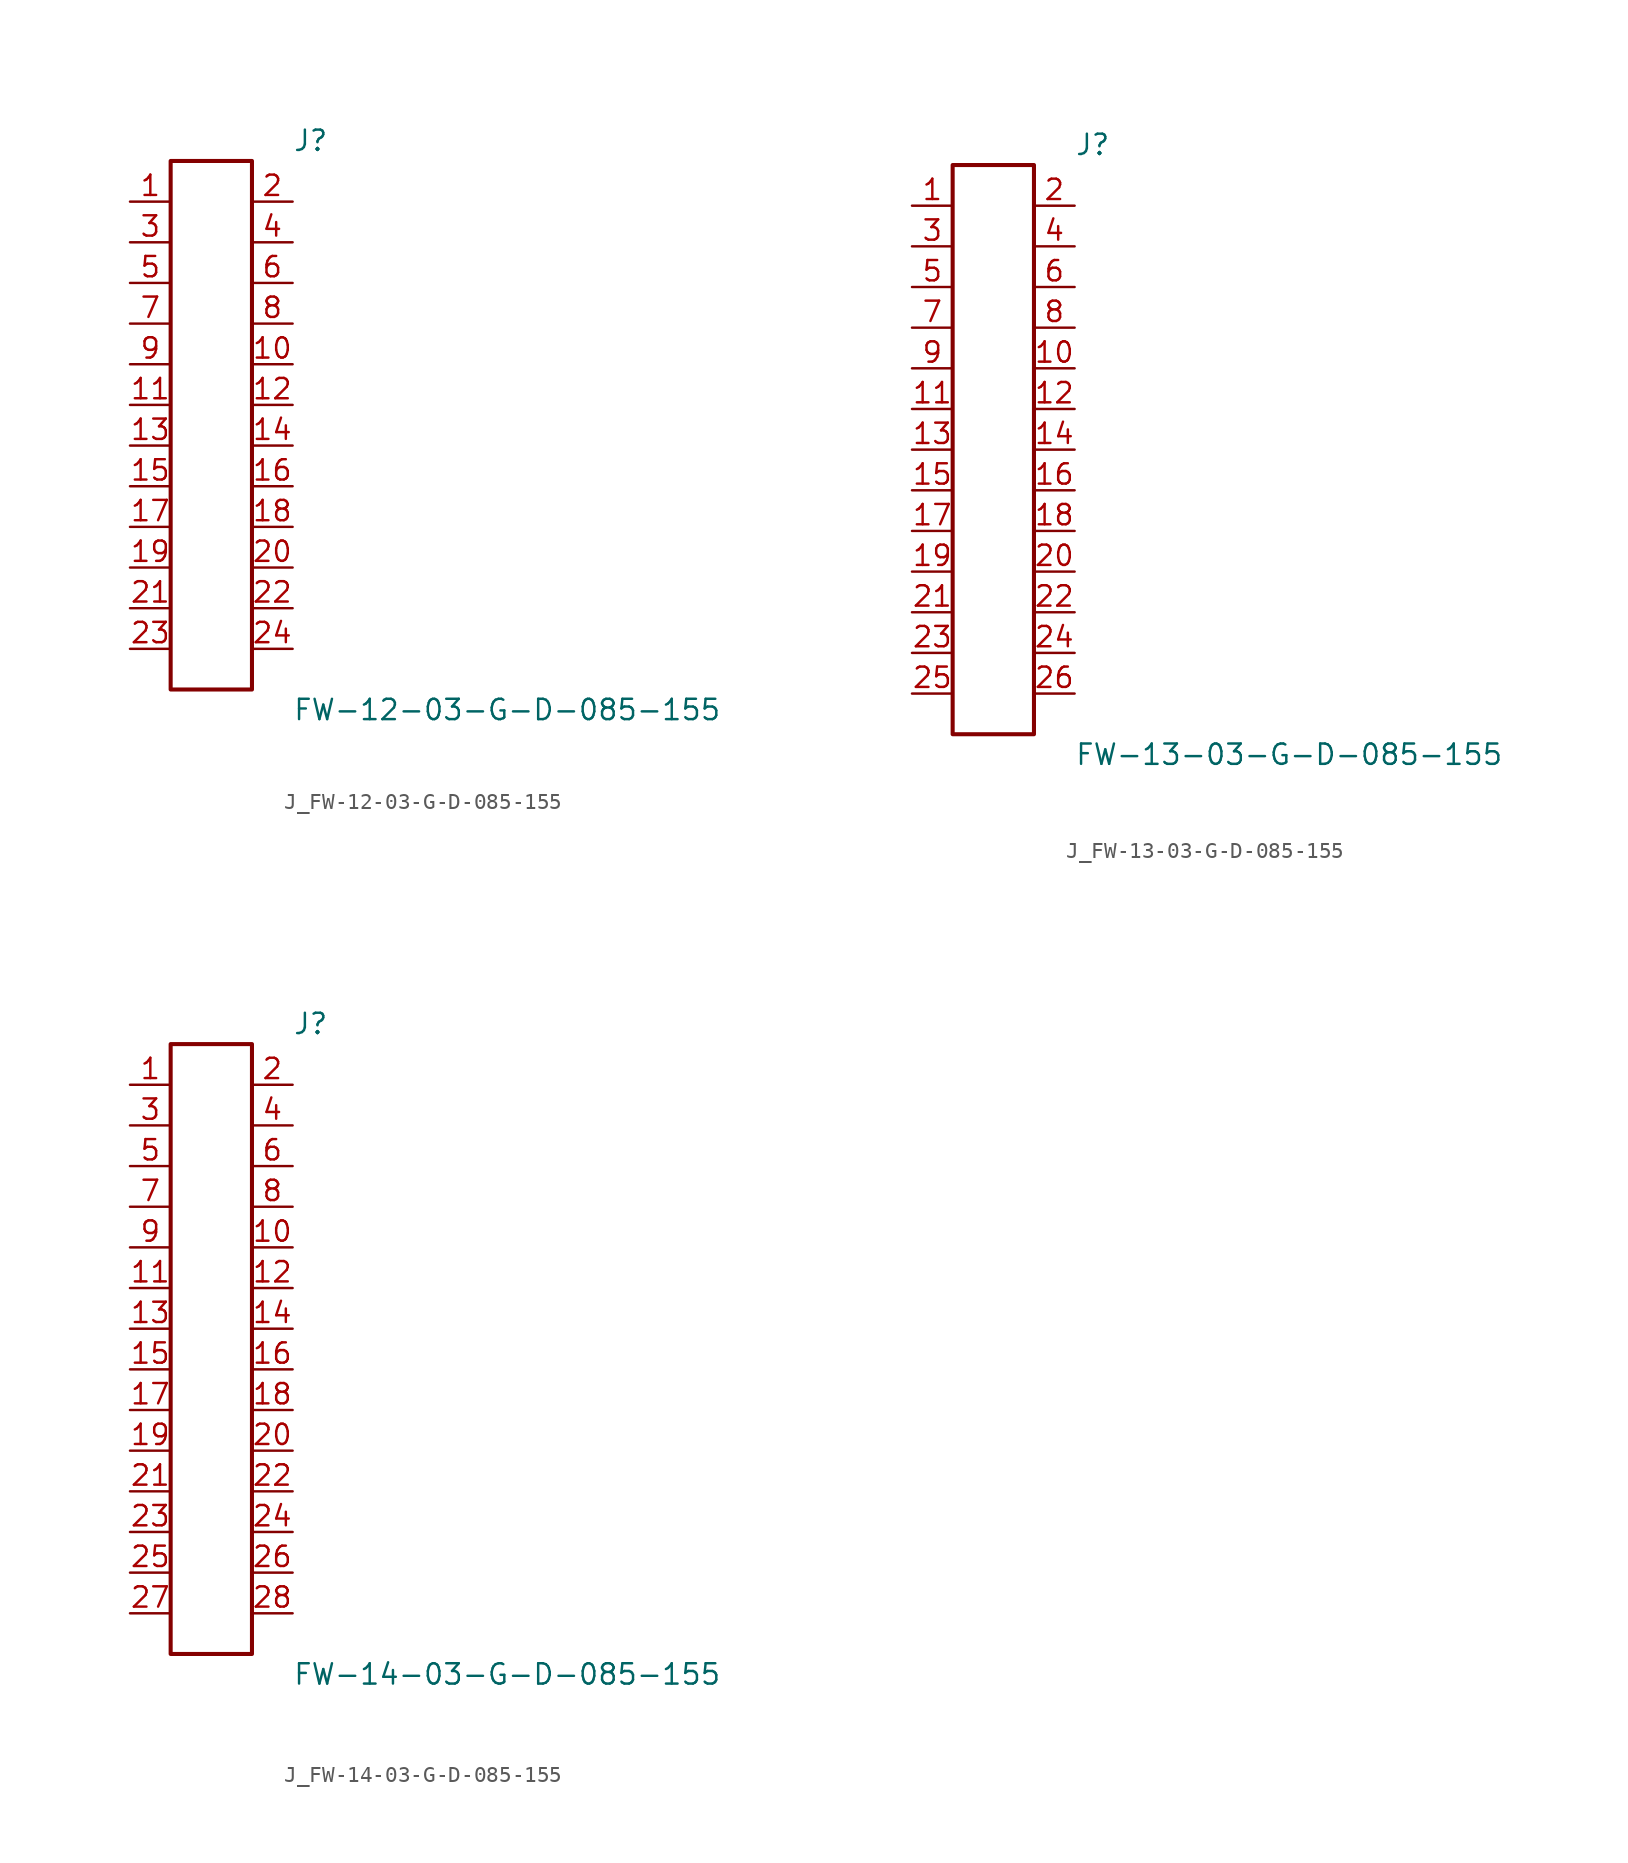
<source format=kicad_sym>
(kicad_symbol_lib
  (version 20231120)
  (generator kicad_symbol_editor)
  (generator_version 8.0)
  (symbol "J_FW-12-03-G-D-085-155"
    (pin_names
      (offset 0.254))
    (property "Reference" "J"
      (at 5.08 17.78 0)
      (effects (font (size 1.27 1.27)) (justify left)))
    (property "Value" "FW-12-03-G-D-085-155"
      (at 5.08 -17.78 0)
      (effects (font (size 1.27 1.27)) (justify left)))
    (symbol "J_FW-12-03-G-D-085-155_0_0"
      (pin unspecified line (at -5.08 13.97 0) (length 2.54) (name "" (effects (font (size 1.27 1.27)))) (number "1" (effects (font (size 1.27 1.27)))))
      (pin unspecified line (at 5.08 13.97 180) (length 2.54) (name "" (effects (font (size 1.27 1.27)))) (number "2" (effects (font (size 1.27 1.27)))))
      (pin unspecified line (at -5.08 11.43 0) (length 2.54) (name "" (effects (font (size 1.27 1.27)))) (number "3" (effects (font (size 1.27 1.27)))))
      (pin unspecified line (at 5.08 11.43 180) (length 2.54) (name "" (effects (font (size 1.27 1.27)))) (number "4" (effects (font (size 1.27 1.27)))))
      (pin unspecified line (at -5.08 8.89 0) (length 2.54) (name "" (effects (font (size 1.27 1.27)))) (number "5" (effects (font (size 1.27 1.27)))))
      (pin unspecified line (at 5.08 8.89 180) (length 2.54) (name "" (effects (font (size 1.27 1.27)))) (number "6" (effects (font (size 1.27 1.27)))))
      (pin unspecified line (at -5.08 6.35 0) (length 2.54) (name "" (effects (font (size 1.27 1.27)))) (number "7" (effects (font (size 1.27 1.27)))))
      (pin unspecified line (at 5.08 6.35 180) (length 2.54) (name "" (effects (font (size 1.27 1.27)))) (number "8" (effects (font (size 1.27 1.27)))))
      (pin unspecified line (at -5.08 3.81 0) (length 2.54) (name "" (effects (font (size 1.27 1.27)))) (number "9" (effects (font (size 1.27 1.27)))))
      (pin unspecified line (at 5.08 3.81 180) (length 2.54) (name "" (effects (font (size 1.27 1.27)))) (number "10" (effects (font (size 1.27 1.27)))))
      (pin unspecified line (at -5.08 1.27 0) (length 2.54) (name "" (effects (font (size 1.27 1.27)))) (number "11" (effects (font (size 1.27 1.27)))))
      (pin unspecified line (at 5.08 1.27 180) (length 2.54) (name "" (effects (font (size 1.27 1.27)))) (number "12" (effects (font (size 1.27 1.27)))))
      (pin unspecified line (at -5.08 -1.27 0) (length 2.54) (name "" (effects (font (size 1.27 1.27)))) (number "13" (effects (font (size 1.27 1.27)))))
      (pin unspecified line (at 5.08 -1.27 180) (length 2.54) (name "" (effects (font (size 1.27 1.27)))) (number "14" (effects (font (size 1.27 1.27)))))
      (pin unspecified line (at -5.08 -3.81 0) (length 2.54) (name "" (effects (font (size 1.27 1.27)))) (number "15" (effects (font (size 1.27 1.27)))))
      (pin unspecified line (at 5.08 -3.81 180) (length 2.54) (name "" (effects (font (size 1.27 1.27)))) (number "16" (effects (font (size 1.27 1.27)))))
      (pin unspecified line (at -5.08 -6.35 0) (length 2.54) (name "" (effects (font (size 1.27 1.27)))) (number "17" (effects (font (size 1.27 1.27)))))
      (pin unspecified line (at 5.08 -6.35 180) (length 2.54) (name "" (effects (font (size 1.27 1.27)))) (number "18" (effects (font (size 1.27 1.27)))))
      (pin unspecified line (at -5.08 -8.89 0) (length 2.54) (name "" (effects (font (size 1.27 1.27)))) (number "19" (effects (font (size 1.27 1.27)))))
      (pin unspecified line (at 5.08 -8.89 180) (length 2.54) (name "" (effects (font (size 1.27 1.27)))) (number "20" (effects (font (size 1.27 1.27)))))
      (pin unspecified line (at -5.08 -11.43 0) (length 2.54) (name "" (effects (font (size 1.27 1.27)))) (number "21" (effects (font (size 1.27 1.27)))))
      (pin unspecified line (at 5.08 -11.43 180) (length 2.54) (name "" (effects (font (size 1.27 1.27)))) (number "22" (effects (font (size 1.27 1.27)))))
      (pin unspecified line (at -5.08 -13.97 0) (length 2.54) (name "" (effects (font (size 1.27 1.27)))) (number "23" (effects (font (size 1.27 1.27)))))
      (pin unspecified line (at 5.08 -13.97 180) (length 2.54) (name "" (effects (font (size 1.27 1.27)))) (number "24" (effects (font (size 1.27 1.27))))))
    (symbol "J_FW-12-03-G-D-085-155_1_0"
      (rectangle (start -2.54 16.51) (end 2.54 -16.51) (stroke (width 0.254) (type solid)) (fill (type none)))))
  (symbol "J_FW-13-03-G-D-085-155"
    (pin_names
      (offset 0.254))
    (property "Reference" "J"
      (at 5.08 19.05 0)
      (effects (font (size 1.27 1.27)) (justify left)))
    (property "Value" "FW-13-03-G-D-085-155"
      (at 5.08 -19.05 0)
      (effects (font (size 1.27 1.27)) (justify left)))
    (symbol "J_FW-13-03-G-D-085-155_0_0"
      (pin unspecified line (at -5.08 15.24 0) (length 2.54) (name "" (effects (font (size 1.27 1.27)))) (number "1" (effects (font (size 1.27 1.27)))))
      (pin unspecified line (at 5.08 15.24 180) (length 2.54) (name "" (effects (font (size 1.27 1.27)))) (number "2" (effects (font (size 1.27 1.27)))))
      (pin unspecified line (at -5.08 12.7 0) (length 2.54) (name "" (effects (font (size 1.27 1.27)))) (number "3" (effects (font (size 1.27 1.27)))))
      (pin unspecified line (at 5.08 12.7 180) (length 2.54) (name "" (effects (font (size 1.27 1.27)))) (number "4" (effects (font (size 1.27 1.27)))))
      (pin unspecified line (at -5.08 10.16 0) (length 2.54) (name "" (effects (font (size 1.27 1.27)))) (number "5" (effects (font (size 1.27 1.27)))))
      (pin unspecified line (at 5.08 10.16 180) (length 2.54) (name "" (effects (font (size 1.27 1.27)))) (number "6" (effects (font (size 1.27 1.27)))))
      (pin unspecified line (at -5.08 7.62 0) (length 2.54) (name "" (effects (font (size 1.27 1.27)))) (number "7" (effects (font (size 1.27 1.27)))))
      (pin unspecified line (at 5.08 7.62 180) (length 2.54) (name "" (effects (font (size 1.27 1.27)))) (number "8" (effects (font (size 1.27 1.27)))))
      (pin unspecified line (at -5.08 5.08 0) (length 2.54) (name "" (effects (font (size 1.27 1.27)))) (number "9" (effects (font (size 1.27 1.27)))))
      (pin unspecified line (at 5.08 5.08 180) (length 2.54) (name "" (effects (font (size 1.27 1.27)))) (number "10" (effects (font (size 1.27 1.27)))))
      (pin unspecified line (at -5.08 2.54 0) (length 2.54) (name "" (effects (font (size 1.27 1.27)))) (number "11" (effects (font (size 1.27 1.27)))))
      (pin unspecified line (at 5.08 2.54 180) (length 2.54) (name "" (effects (font (size 1.27 1.27)))) (number "12" (effects (font (size 1.27 1.27)))))
      (pin unspecified line (at -5.08 0.0 0) (length 2.54) (name "" (effects (font (size 1.27 1.27)))) (number "13" (effects (font (size 1.27 1.27)))))
      (pin unspecified line (at 5.08 0.0 180) (length 2.54) (name "" (effects (font (size 1.27 1.27)))) (number "14" (effects (font (size 1.27 1.27)))))
      (pin unspecified line (at -5.08 -2.54 0) (length 2.54) (name "" (effects (font (size 1.27 1.27)))) (number "15" (effects (font (size 1.27 1.27)))))
      (pin unspecified line (at 5.08 -2.54 180) (length 2.54) (name "" (effects (font (size 1.27 1.27)))) (number "16" (effects (font (size 1.27 1.27)))))
      (pin unspecified line (at -5.08 -5.08 0) (length 2.54) (name "" (effects (font (size 1.27 1.27)))) (number "17" (effects (font (size 1.27 1.27)))))
      (pin unspecified line (at 5.08 -5.08 180) (length 2.54) (name "" (effects (font (size 1.27 1.27)))) (number "18" (effects (font (size 1.27 1.27)))))
      (pin unspecified line (at -5.08 -7.62 0) (length 2.54) (name "" (effects (font (size 1.27 1.27)))) (number "19" (effects (font (size 1.27 1.27)))))
      (pin unspecified line (at 5.08 -7.62 180) (length 2.54) (name "" (effects (font (size 1.27 1.27)))) (number "20" (effects (font (size 1.27 1.27)))))
      (pin unspecified line (at -5.08 -10.16 0) (length 2.54) (name "" (effects (font (size 1.27 1.27)))) (number "21" (effects (font (size 1.27 1.27)))))
      (pin unspecified line (at 5.08 -10.16 180) (length 2.54) (name "" (effects (font (size 1.27 1.27)))) (number "22" (effects (font (size 1.27 1.27)))))
      (pin unspecified line (at -5.08 -12.7 0) (length 2.54) (name "" (effects (font (size 1.27 1.27)))) (number "23" (effects (font (size 1.27 1.27)))))
      (pin unspecified line (at 5.08 -12.7 180) (length 2.54) (name "" (effects (font (size 1.27 1.27)))) (number "24" (effects (font (size 1.27 1.27)))))
      (pin unspecified line (at -5.08 -15.24 0) (length 2.54) (name "" (effects (font (size 1.27 1.27)))) (number "25" (effects (font (size 1.27 1.27)))))
      (pin unspecified line (at 5.08 -15.24 180) (length 2.54) (name "" (effects (font (size 1.27 1.27)))) (number "26" (effects (font (size 1.27 1.27))))))
    (symbol "J_FW-13-03-G-D-085-155_1_0"
      (rectangle (start -2.54 17.78) (end 2.54 -17.78) (stroke (width 0.254) (type solid)) (fill (type none)))))
  (symbol "J_FW-14-03-G-D-085-155"
    (pin_names
      (offset 0.254))
    (property "Reference" "J"
      (at 5.08 20.32 0)
      (effects (font (size 1.27 1.27)) (justify left)))
    (property "Value" "FW-14-03-G-D-085-155"
      (at 5.08 -20.32 0)
      (effects (font (size 1.27 1.27)) (justify left)))
    (symbol "J_FW-14-03-G-D-085-155_0_0"
      (pin unspecified line (at -5.08 16.51 0) (length 2.54) (name "" (effects (font (size 1.27 1.27)))) (number "1" (effects (font (size 1.27 1.27)))))
      (pin unspecified line (at 5.08 16.51 180) (length 2.54) (name "" (effects (font (size 1.27 1.27)))) (number "2" (effects (font (size 1.27 1.27)))))
      (pin unspecified line (at -5.08 13.97 0) (length 2.54) (name "" (effects (font (size 1.27 1.27)))) (number "3" (effects (font (size 1.27 1.27)))))
      (pin unspecified line (at 5.08 13.97 180) (length 2.54) (name "" (effects (font (size 1.27 1.27)))) (number "4" (effects (font (size 1.27 1.27)))))
      (pin unspecified line (at -5.08 11.43 0) (length 2.54) (name "" (effects (font (size 1.27 1.27)))) (number "5" (effects (font (size 1.27 1.27)))))
      (pin unspecified line (at 5.08 11.43 180) (length 2.54) (name "" (effects (font (size 1.27 1.27)))) (number "6" (effects (font (size 1.27 1.27)))))
      (pin unspecified line (at -5.08 8.89 0) (length 2.54) (name "" (effects (font (size 1.27 1.27)))) (number "7" (effects (font (size 1.27 1.27)))))
      (pin unspecified line (at 5.08 8.89 180) (length 2.54) (name "" (effects (font (size 1.27 1.27)))) (number "8" (effects (font (size 1.27 1.27)))))
      (pin unspecified line (at -5.08 6.35 0) (length 2.54) (name "" (effects (font (size 1.27 1.27)))) (number "9" (effects (font (size 1.27 1.27)))))
      (pin unspecified line (at 5.08 6.35 180) (length 2.54) (name "" (effects (font (size 1.27 1.27)))) (number "10" (effects (font (size 1.27 1.27)))))
      (pin unspecified line (at -5.08 3.81 0) (length 2.54) (name "" (effects (font (size 1.27 1.27)))) (number "11" (effects (font (size 1.27 1.27)))))
      (pin unspecified line (at 5.08 3.81 180) (length 2.54) (name "" (effects (font (size 1.27 1.27)))) (number "12" (effects (font (size 1.27 1.27)))))
      (pin unspecified line (at -5.08 1.27 0) (length 2.54) (name "" (effects (font (size 1.27 1.27)))) (number "13" (effects (font (size 1.27 1.27)))))
      (pin unspecified line (at 5.08 1.27 180) (length 2.54) (name "" (effects (font (size 1.27 1.27)))) (number "14" (effects (font (size 1.27 1.27)))))
      (pin unspecified line (at -5.08 -1.27 0) (length 2.54) (name "" (effects (font (size 1.27 1.27)))) (number "15" (effects (font (size 1.27 1.27)))))
      (pin unspecified line (at 5.08 -1.27 180) (length 2.54) (name "" (effects (font (size 1.27 1.27)))) (number "16" (effects (font (size 1.27 1.27)))))
      (pin unspecified line (at -5.08 -3.81 0) (length 2.54) (name "" (effects (font (size 1.27 1.27)))) (number "17" (effects (font (size 1.27 1.27)))))
      (pin unspecified line (at 5.08 -3.81 180) (length 2.54) (name "" (effects (font (size 1.27 1.27)))) (number "18" (effects (font (size 1.27 1.27)))))
      (pin unspecified line (at -5.08 -6.35 0) (length 2.54) (name "" (effects (font (size 1.27 1.27)))) (number "19" (effects (font (size 1.27 1.27)))))
      (pin unspecified line (at 5.08 -6.35 180) (length 2.54) (name "" (effects (font (size 1.27 1.27)))) (number "20" (effects (font (size 1.27 1.27)))))
      (pin unspecified line (at -5.08 -8.89 0) (length 2.54) (name "" (effects (font (size 1.27 1.27)))) (number "21" (effects (font (size 1.27 1.27)))))
      (pin unspecified line (at 5.08 -8.89 180) (length 2.54) (name "" (effects (font (size 1.27 1.27)))) (number "22" (effects (font (size 1.27 1.27)))))
      (pin unspecified line (at -5.08 -11.43 0) (length 2.54) (name "" (effects (font (size 1.27 1.27)))) (number "23" (effects (font (size 1.27 1.27)))))
      (pin unspecified line (at 5.08 -11.43 180) (length 2.54) (name "" (effects (font (size 1.27 1.27)))) (number "24" (effects (font (size 1.27 1.27)))))
      (pin unspecified line (at -5.08 -13.97 0) (length 2.54) (name "" (effects (font (size 1.27 1.27)))) (number "25" (effects (font (size 1.27 1.27)))))
      (pin unspecified line (at 5.08 -13.97 180) (length 2.54) (name "" (effects (font (size 1.27 1.27)))) (number "26" (effects (font (size 1.27 1.27)))))
      (pin unspecified line (at -5.08 -16.51 0) (length 2.54) (name "" (effects (font (size 1.27 1.27)))) (number "27" (effects (font (size 1.27 1.27)))))
      (pin unspecified line (at 5.08 -16.51 180) (length 2.54) (name "" (effects (font (size 1.27 1.27)))) (number "28" (effects (font (size 1.27 1.27))))))
    (symbol "J_FW-14-03-G-D-085-155_1_0"
      (rectangle (start -2.54 19.05) (end 2.54 -19.05) (stroke (width 0.254) (type solid)) (fill (type none))))))
</source>
